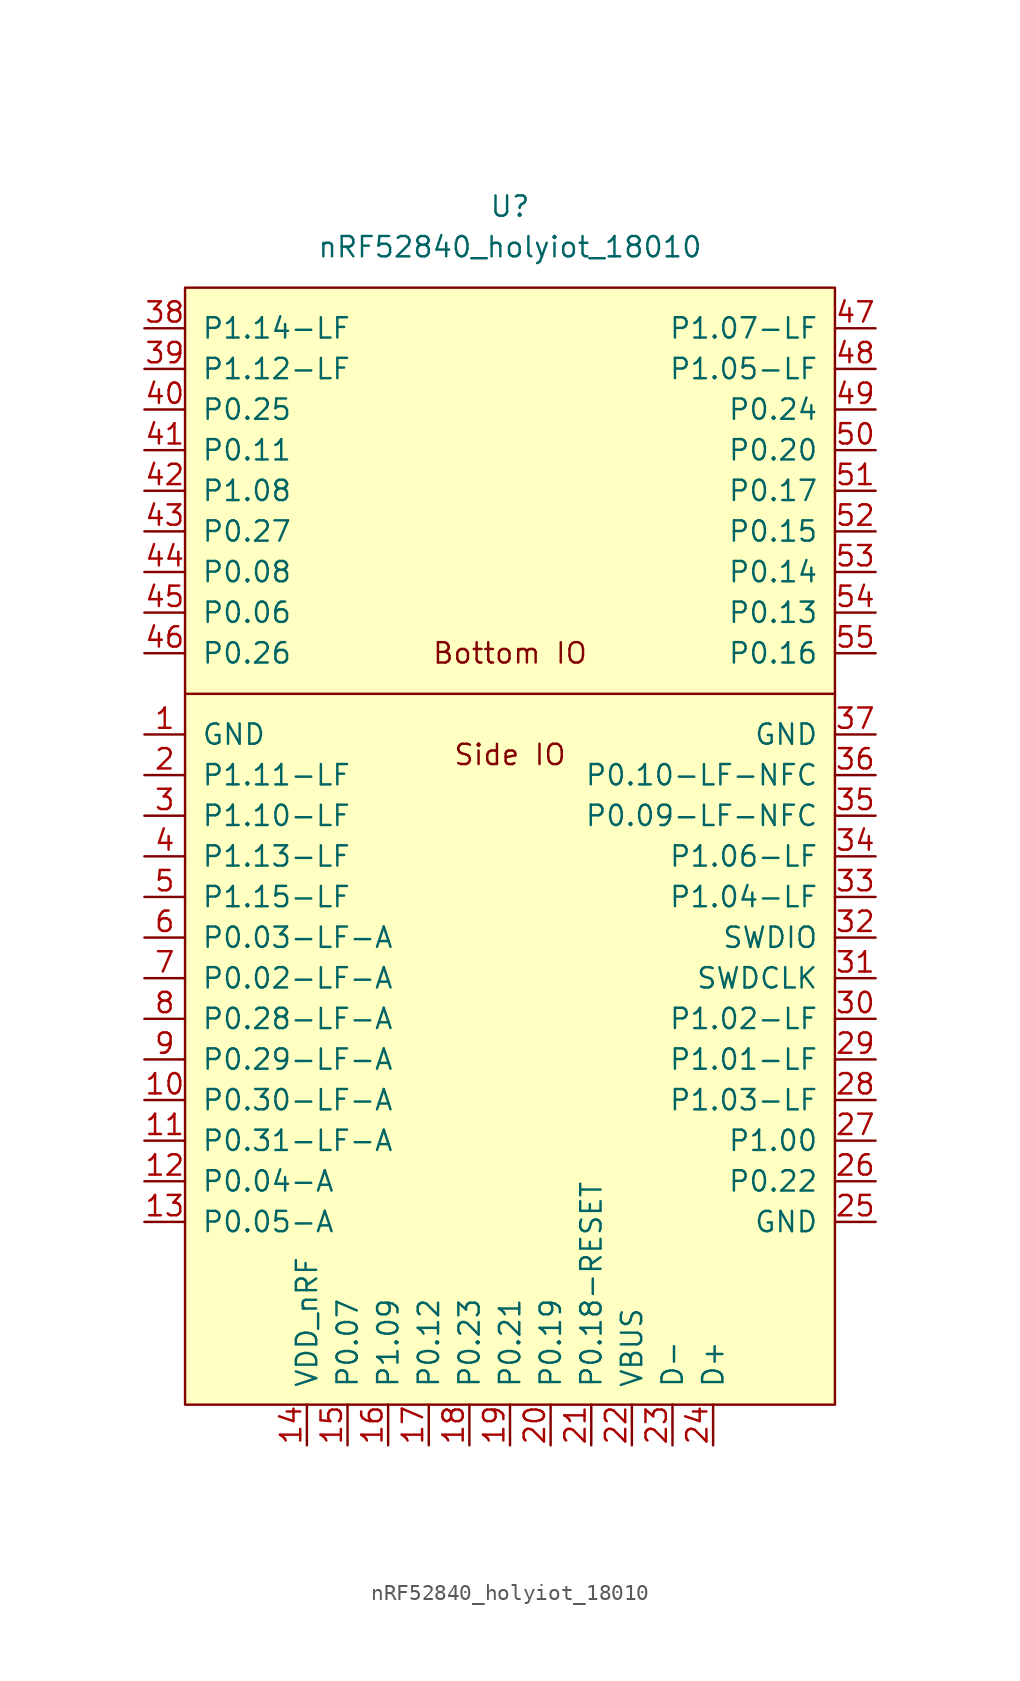
<source format=kicad_sym>
(kicad_symbol_lib
  (version 20220914)
  (generator kicad_symbol_editor)
  (symbol "nRF52840_holyiot_18010"
    (pin_names
      (offset 1.016))
    (property "Reference" "U"
      (at 0 30.48 0)
      (effects (font (size 1.27 1.27))))
    (property "Value" "nRF52840_holyiot_18010"
      (at 0 27.94 0)
      (effects (font (size 1.27 1.27))))
    (symbol "nRF52840_holyiot_18010_0_0"
      (text "Bottom IO" (at 0 2.54 0) (effects (font (size 1.27 1.27))))
      (text "Side IO" (at 0 -3.81 0) (effects (font (size 1.27 1.27)))))
    (symbol "nRF52840_holyiot_18010_0_1"
      (rectangle (start -20.32 25.4) (end 20.32 -44.45) (stroke (width 0.152) (type default)) (fill (type background)))
      (polyline (pts (xy 20.32 0) (xy -20.32 0)) (stroke (width 0) (type default)) (fill (type none))))
    (symbol "nRF52840_holyiot_18010_1_1"
      (pin power_in line (at -22.86 -2.54 0) (length 2.54) (name "GND" (effects (font (size 1.27 1.27)))) (number "1" (effects (font (size 1.27 1.27)))))
      (pin bidirectional line (at -22.86 -25.4 0) (length 2.54) (name "P0.30-LF-A" (effects (font (size 1.27 1.27)))) (number "10" (effects (font (size 1.27 1.27)))))
      (pin bidirectional line (at -22.86 -27.94 0) (length 2.54) (name "P0.31-LF-A" (effects (font (size 1.27 1.27)))) (number "11" (effects (font (size 1.27 1.27)))))
      (pin bidirectional line (at -22.86 -30.48 0) (length 2.54) (name "P0.04-A" (effects (font (size 1.27 1.27)))) (number "12" (effects (font (size 1.27 1.27)))))
      (pin bidirectional line (at -22.86 -33.02 0) (length 2.54) (name "P0.05-A" (effects (font (size 1.27 1.27)))) (number "13" (effects (font (size 1.27 1.27)))))
      (pin power_in line (at -12.7 -46.99 90) (length 2.54) (name "VDD_nRF" (effects (font (size 1.27 1.27)))) (number "14" (effects (font (size 1.27 1.27)))))
      (pin bidirectional line (at -10.16 -46.99 90) (length 2.54) (name "P0.07" (effects (font (size 1.27 1.27)))) (number "15" (effects (font (size 1.27 1.27)))))
      (pin bidirectional line (at -7.62 -46.99 90) (length 2.54) (name "P1.09" (effects (font (size 1.27 1.27)))) (number "16" (effects (font (size 1.27 1.27)))))
      (pin bidirectional line (at -5.08 -46.99 90) (length 2.54) (name "P0.12" (effects (font (size 1.27 1.27)))) (number "17" (effects (font (size 1.27 1.27)))))
      (pin bidirectional line (at -2.54 -46.99 90) (length 2.54) (name "P0.23" (effects (font (size 1.27 1.27)))) (number "18" (effects (font (size 1.27 1.27)))))
      (pin bidirectional line (at 0 -46.99 90) (length 2.54) (name "P0.21" (effects (font (size 1.27 1.27)))) (number "19" (effects (font (size 1.27 1.27)))))
      (pin bidirectional line (at -22.86 -5.08 0) (length 2.54) (name "P1.11-LF" (effects (font (size 1.27 1.27)))) (number "2" (effects (font (size 1.27 1.27)))))
      (pin bidirectional line (at 2.54 -46.99 90) (length 2.54) (name "P0.19" (effects (font (size 1.27 1.27)))) (number "20" (effects (font (size 1.27 1.27)))))
      (pin input line (at 5.08 -46.99 90) (length 2.54) (name "P0.18-RESET" (effects (font (size 1.27 1.27)))) (number "21" (effects (font (size 1.27 1.27)))))
      (pin power_in line (at 7.62 -46.99 90) (length 2.54) (name "VBUS" (effects (font (size 1.27 1.27)))) (number "22" (effects (font (size 1.27 1.27)))))
      (pin bidirectional line (at 10.16 -46.99 90) (length 2.54) (name "D-" (effects (font (size 1.27 1.27)))) (number "23" (effects (font (size 1.27 1.27)))))
      (pin bidirectional line (at 12.7 -46.99 90) (length 2.54) (name "D+" (effects (font (size 1.27 1.27)))) (number "24" (effects (font (size 1.27 1.27)))))
      (pin power_in line (at 22.86 -33.02 180) (length 2.54) (name "GND" (effects (font (size 1.27 1.27)))) (number "25" (effects (font (size 1.27 1.27)))))
      (pin bidirectional line (at 22.86 -30.48 180) (length 2.54) (name "P0.22" (effects (font (size 1.27 1.27)))) (number "26" (effects (font (size 1.27 1.27)))))
      (pin bidirectional line (at 22.86 -27.94 180) (length 2.54) (name "P1.00" (effects (font (size 1.27 1.27)))) (number "27" (effects (font (size 1.27 1.27)))))
      (pin bidirectional line (at 22.86 -25.4 180) (length 2.54) (name "P1.03-LF" (effects (font (size 1.27 1.27)))) (number "28" (effects (font (size 1.27 1.27)))))
      (pin bidirectional line (at 22.86 -22.86 180) (length 2.54) (name "P1.01-LF" (effects (font (size 1.27 1.27)))) (number "29" (effects (font (size 1.27 1.27)))))
      (pin bidirectional line (at -22.86 -7.62 0) (length 2.54) (name "P1.10-LF" (effects (font (size 1.27 1.27)))) (number "3" (effects (font (size 1.27 1.27)))))
      (pin bidirectional line (at 22.86 -20.32 180) (length 2.54) (name "P1.02-LF" (effects (font (size 1.27 1.27)))) (number "30" (effects (font (size 1.27 1.27)))))
      (pin bidirectional line (at 22.86 -17.78 180) (length 2.54) (name "SWDCLK" (effects (font (size 1.27 1.27)))) (number "31" (effects (font (size 1.27 1.27)))))
      (pin bidirectional line (at 22.86 -15.24 180) (length 2.54) (name "SWDIO" (effects (font (size 1.27 1.27)))) (number "32" (effects (font (size 1.27 1.27)))))
      (pin bidirectional line (at 22.86 -12.7 180) (length 2.54) (name "P1.04-LF" (effects (font (size 1.27 1.27)))) (number "33" (effects (font (size 1.27 1.27)))))
      (pin bidirectional line (at 22.86 -10.16 180) (length 2.54) (name "P1.06-LF" (effects (font (size 1.27 1.27)))) (number "34" (effects (font (size 1.27 1.27)))))
      (pin bidirectional line (at 22.86 -7.62 180) (length 2.54) (name "P0.09-LF-NFC" (effects (font (size 1.27 1.27)))) (number "35" (effects (font (size 1.27 1.27)))))
      (pin bidirectional line (at 22.86 -5.08 180) (length 2.54) (name "P0.10-LF-NFC" (effects (font (size 1.27 1.27)))) (number "36" (effects (font (size 1.27 1.27)))))
      (pin power_in line (at 22.86 -2.54 180) (length 2.54) (name "GND" (effects (font (size 1.27 1.27)))) (number "37" (effects (font (size 1.27 1.27)))))
      (pin bidirectional line (at -22.86 22.86 0) (length 2.54) (name "P1.14-LF" (effects (font (size 1.27 1.27)))) (number "38" (effects (font (size 1.27 1.27)))))
      (pin bidirectional line (at -22.86 20.32 0) (length 2.54) (name "P1.12-LF" (effects (font (size 1.27 1.27)))) (number "39" (effects (font (size 1.27 1.27)))))
      (pin bidirectional line (at -22.86 -10.16 0) (length 2.54) (name "P1.13-LF" (effects (font (size 1.27 1.27)))) (number "4" (effects (font (size 1.27 1.27)))))
      (pin bidirectional line (at -22.86 17.78 0) (length 2.54) (name "P0.25" (effects (font (size 1.27 1.27)))) (number "40" (effects (font (size 1.27 1.27)))))
      (pin bidirectional line (at -22.86 15.24 0) (length 2.54) (name "P0.11" (effects (font (size 1.27 1.27)))) (number "41" (effects (font (size 1.27 1.27)))))
      (pin bidirectional line (at -22.86 12.7 0) (length 2.54) (name "P1.08" (effects (font (size 1.27 1.27)))) (number "42" (effects (font (size 1.27 1.27)))))
      (pin bidirectional line (at -22.86 10.16 0) (length 2.54) (name "P0.27" (effects (font (size 1.27 1.27)))) (number "43" (effects (font (size 1.27 1.27)))))
      (pin bidirectional line (at -22.86 7.62 0) (length 2.54) (name "P0.08" (effects (font (size 1.27 1.27)))) (number "44" (effects (font (size 1.27 1.27)))))
      (pin bidirectional line (at -22.86 5.08 0) (length 2.54) (name "P0.06" (effects (font (size 1.27 1.27)))) (number "45" (effects (font (size 1.27 1.27)))))
      (pin bidirectional line (at -22.86 2.54 0) (length 2.54) (name "P0.26" (effects (font (size 1.27 1.27)))) (number "46" (effects (font (size 1.27 1.27)))))
      (pin bidirectional line (at 22.86 22.86 180) (length 2.54) (name "P1.07-LF" (effects (font (size 1.27 1.27)))) (number "47" (effects (font (size 1.27 1.27)))))
      (pin bidirectional line (at 22.86 20.32 180) (length 2.54) (name "P1.05-LF" (effects (font (size 1.27 1.27)))) (number "48" (effects (font (size 1.27 1.27)))))
      (pin bidirectional line (at 22.86 17.78 180) (length 2.54) (name "P0.24" (effects (font (size 1.27 1.27)))) (number "49" (effects (font (size 1.27 1.27)))))
      (pin bidirectional line (at -22.86 -12.7 0) (length 2.54) (name "P1.15-LF" (effects (font (size 1.27 1.27)))) (number "5" (effects (font (size 1.27 1.27)))))
      (pin bidirectional line (at 22.86 15.24 180) (length 2.54) (name "P0.20" (effects (font (size 1.27 1.27)))) (number "50" (effects (font (size 1.27 1.27)))))
      (pin bidirectional line (at 22.86 12.7 180) (length 2.54) (name "P0.17" (effects (font (size 1.27 1.27)))) (number "51" (effects (font (size 1.27 1.27)))))
      (pin bidirectional line (at 22.86 10.16 180) (length 2.54) (name "P0.15" (effects (font (size 1.27 1.27)))) (number "52" (effects (font (size 1.27 1.27)))))
      (pin bidirectional line (at 22.86 7.62 180) (length 2.54) (name "P0.14" (effects (font (size 1.27 1.27)))) (number "53" (effects (font (size 1.27 1.27)))))
      (pin bidirectional line (at 22.86 5.08 180) (length 2.54) (name "P0.13" (effects (font (size 1.27 1.27)))) (number "54" (effects (font (size 1.27 1.27)))))
      (pin bidirectional line (at 22.86 2.54 180) (length 2.54) (name "P0.16" (effects (font (size 1.27 1.27)))) (number "55" (effects (font (size 1.27 1.27)))))
      (pin bidirectional line (at -22.86 -15.24 0) (length 2.54) (name "P0.03-LF-A" (effects (font (size 1.27 1.27)))) (number "6" (effects (font (size 1.27 1.27)))))
      (pin bidirectional line (at -22.86 -17.78 0) (length 2.54) (name "P0.02-LF-A" (effects (font (size 1.27 1.27)))) (number "7" (effects (font (size 1.27 1.27)))))
      (pin bidirectional line (at -22.86 -20.32 0) (length 2.54) (name "P0.28-LF-A" (effects (font (size 1.27 1.27)))) (number "8" (effects (font (size 1.27 1.27)))))
      (pin bidirectional line (at -22.86 -22.86 0) (length 2.54) (name "P0.29-LF-A" (effects (font (size 1.27 1.27)))) (number "9" (effects (font (size 1.27 1.27))))))))
</source>
